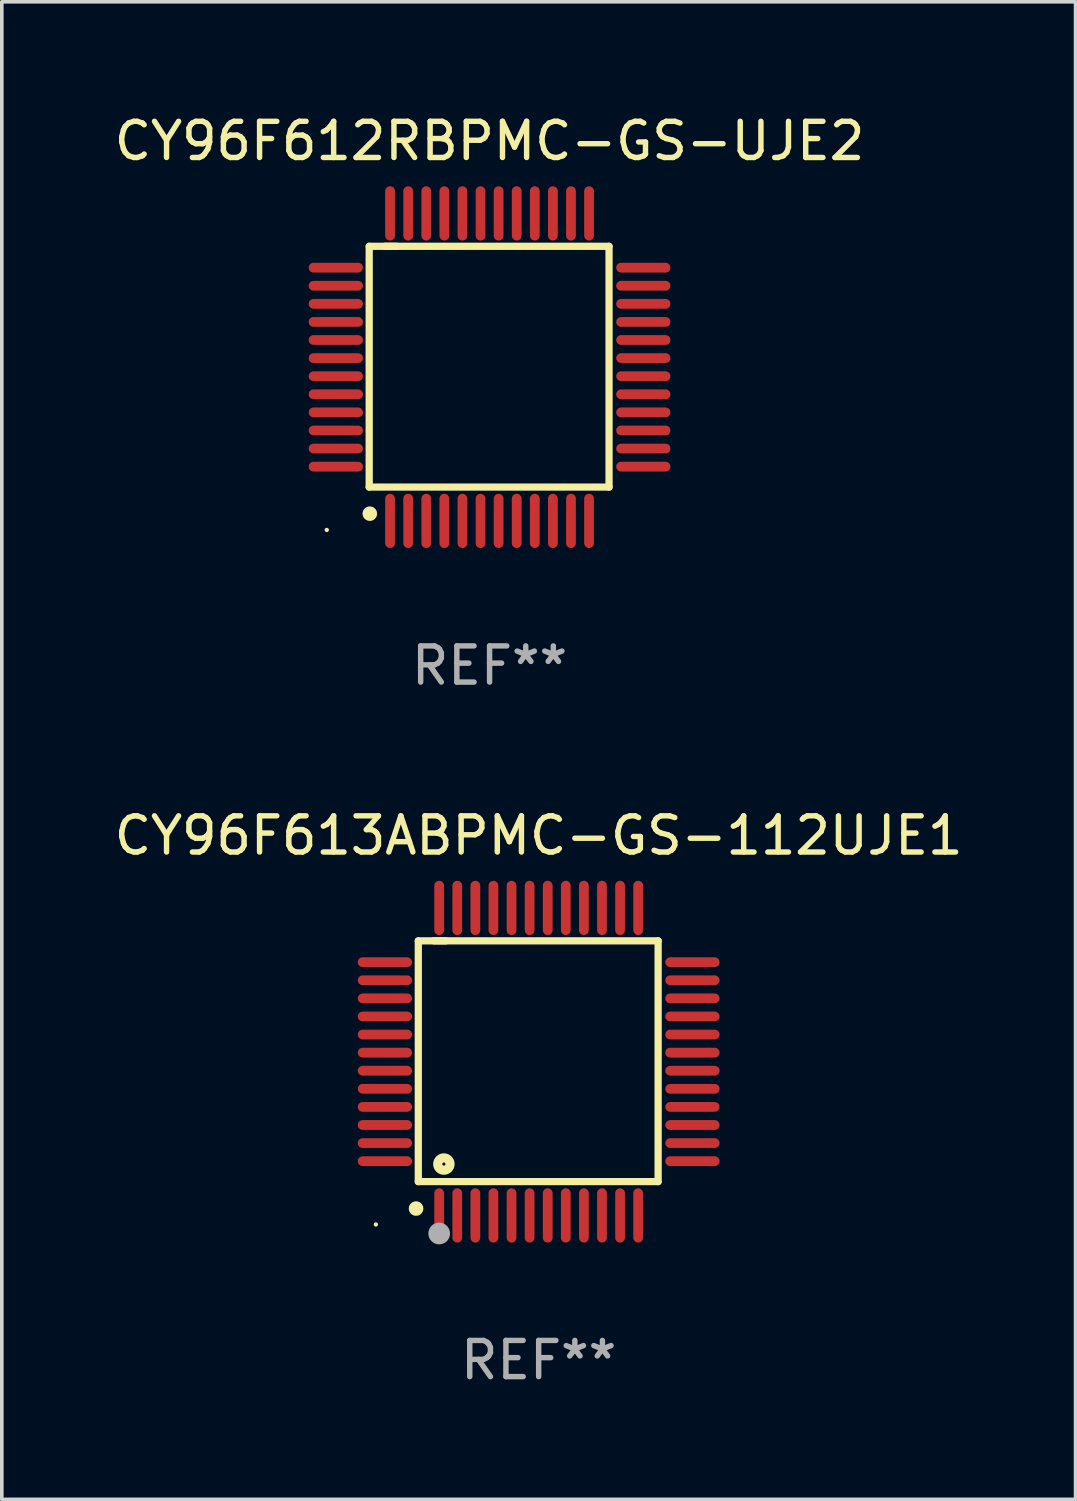
<source format=kicad_pcb>
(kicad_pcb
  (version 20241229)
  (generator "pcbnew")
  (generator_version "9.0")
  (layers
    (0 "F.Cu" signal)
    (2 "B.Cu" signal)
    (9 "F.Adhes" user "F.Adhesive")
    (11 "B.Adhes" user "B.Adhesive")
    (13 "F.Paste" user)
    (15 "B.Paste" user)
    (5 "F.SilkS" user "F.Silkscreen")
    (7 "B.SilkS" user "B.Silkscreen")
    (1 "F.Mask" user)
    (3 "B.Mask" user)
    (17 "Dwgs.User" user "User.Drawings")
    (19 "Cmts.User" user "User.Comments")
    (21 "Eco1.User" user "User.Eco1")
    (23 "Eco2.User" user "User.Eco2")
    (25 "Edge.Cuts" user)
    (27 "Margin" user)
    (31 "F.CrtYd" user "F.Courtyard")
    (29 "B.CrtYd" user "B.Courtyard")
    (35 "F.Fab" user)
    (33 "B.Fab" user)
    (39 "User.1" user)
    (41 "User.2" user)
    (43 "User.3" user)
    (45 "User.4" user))
  (footprint "CY96F613ABPMC-GS-112UJE1"
    (layer "F.Cu")
    (at 11.839 26.295)
    (property "Reference" "CY96F613ABPMC-GS-112UJE1" (at 0 -6.25 0) (layer "F.SilkS") (effects (font (size 1 1) (thickness 0.15))))
    (attr through_hole)
    (fp_line (start -3.327 -3.34) (end -2.565 -3.34) (stroke (width 0.2) (type solid)) (layer "F.SilkS"))
    (fp_line (start -3.327 3.315) (end -3.327 -3.34) (stroke (width 0.2) (type solid)) (layer "F.SilkS"))
    (fp_line (start -2.896 -3.34) (end 3.302 -3.34) (stroke (width 0.2) (type solid)) (layer "F.SilkS"))
    (fp_line (start 3.302 -3.34) (end 3.302 3.315) (stroke (width 0.2) (type solid)) (layer "F.SilkS"))
    (fp_line (start 3.302 3.315) (end -3.327 3.315) (stroke (width 0.2) (type solid)) (layer "F.SilkS"))
    (fp_arc (start -3.389992 4.059995) (mid -3.388722 4.059991) (end -3.387452 4.059995) (stroke (width 0.4) (type solid)) (layer "F.SilkS"))
    (fp_circle (center -4.5 4.5) (end -4.47 4.5) (stroke (width 0.06) (type solid)) (fill no) (layer "F.SilkS"))
    (fp_circle (center -2.62 2.83) (end -2.45 2.83) (stroke (width 0.254) (type solid)) (fill no) (layer "F.SilkS"))
    (fp_circle (center -2.75 4.75) (end -2.6 4.75) (stroke (width 0.3) (type solid)) (fill no) (layer "F.Fab"))
    (fp_text user "REF**" (at 0 8.25 0) (layer "F.Fab") (effects (font (size 1 1) (thickness 0.15))))
    (pad "1" smd oval (at -2.75 4.25) (size 0.27 1.5) (layers "F.Cu" "F.Mask" "F.Paste"))
    (pad "2" smd oval (at -2.25 4.25) (size 0.27 1.5) (layers "F.Cu" "F.Mask" "F.Paste"))
    (pad "3" smd oval (at -1.75 4.25) (size 0.27 1.5) (layers "F.Cu" "F.Mask" "F.Paste"))
    (pad "4" smd oval (at -1.25 4.25) (size 0.27 1.5) (layers "F.Cu" "F.Mask" "F.Paste"))
    (pad "5" smd oval (at -0.75 4.25) (size 0.27 1.5) (layers "F.Cu" "F.Mask" "F.Paste"))
    (pad "6" smd oval (at -0.25 4.25) (size 0.27 1.5) (layers "F.Cu" "F.Mask" "F.Paste"))
    (pad "7" smd oval (at 0.25 4.25) (size 0.27 1.5) (layers "F.Cu" "F.Mask" "F.Paste"))
    (pad "8" smd oval (at 0.75 4.25) (size 0.27 1.5) (layers "F.Cu" "F.Mask" "F.Paste"))
    (pad "9" smd oval (at 1.25 4.25) (size 0.27 1.5) (layers "F.Cu" "F.Mask" "F.Paste"))
    (pad "10" smd oval (at 1.75 4.25) (size 0.27 1.5) (layers "F.Cu" "F.Mask" "F.Paste"))
    (pad "11" smd oval (at 2.25 4.25) (size 0.27 1.5) (layers "F.Cu" "F.Mask" "F.Paste"))
    (pad "12" smd oval (at 2.75 4.25) (size 0.27 1.5) (layers "F.Cu" "F.Mask" "F.Paste"))
    (pad "13" smd oval (at 4.25 2.75) (size 1.5 0.27) (layers "F.Cu" "F.Mask" "F.Paste"))
    (pad "14" smd oval (at 4.25 2.25) (size 1.5 0.27) (layers "F.Cu" "F.Mask" "F.Paste"))
    (pad "15" smd oval (at 4.25 1.75) (size 1.5 0.27) (layers "F.Cu" "F.Mask" "F.Paste"))
    (pad "16" smd oval (at 4.25 1.25) (size 1.5 0.27) (layers "F.Cu" "F.Mask" "F.Paste"))
    (pad "17" smd oval (at 4.25 0.75) (size 1.5 0.27) (layers "F.Cu" "F.Mask" "F.Paste"))
    (pad "18" smd oval (at 4.25 0.25) (size 1.5 0.27) (layers "F.Cu" "F.Mask" "F.Paste"))
    (pad "19" smd oval (at 4.25 -0.25) (size 1.5 0.27) (layers "F.Cu" "F.Mask" "F.Paste"))
    (pad "20" smd oval (at 4.25 -0.75) (size 1.5 0.27) (layers "F.Cu" "F.Mask" "F.Paste"))
    (pad "21" smd oval (at 4.25 -1.25) (size 1.5 0.27) (layers "F.Cu" "F.Mask" "F.Paste"))
    (pad "22" smd oval (at 4.25 -1.75) (size 1.5 0.27) (layers "F.Cu" "F.Mask" "F.Paste"))
    (pad "23" smd oval (at 4.25 -2.25) (size 1.5 0.27) (layers "F.Cu" "F.Mask" "F.Paste"))
    (pad "24" smd oval (at 4.25 -2.75) (size 1.5 0.27) (layers "F.Cu" "F.Mask" "F.Paste"))
    (pad "25" smd oval (at 2.75 -4.25) (size 0.27 1.5) (layers "F.Cu" "F.Mask" "F.Paste"))
    (pad "26" smd oval (at 2.25 -4.25) (size 0.27 1.5) (layers "F.Cu" "F.Mask" "F.Paste"))
    (pad "27" smd oval (at 1.75 -4.25) (size 0.27 1.5) (layers "F.Cu" "F.Mask" "F.Paste"))
    (pad "28" smd oval (at 1.25 -4.25) (size 0.27 1.5) (layers "F.Cu" "F.Mask" "F.Paste"))
    (pad "29" smd oval (at 0.75 -4.25) (size 0.27 1.5) (layers "F.Cu" "F.Mask" "F.Paste"))
    (pad "30" smd oval (at 0.25 -4.25) (size 0.27 1.5) (layers "F.Cu" "F.Mask" "F.Paste"))
    (pad "31" smd oval (at -0.25 -4.25) (size 0.27 1.5) (layers "F.Cu" "F.Mask" "F.Paste"))
    (pad "32" smd oval (at -0.75 -4.25) (size 0.27 1.5) (layers "F.Cu" "F.Mask" "F.Paste"))
    (pad "33" smd oval (at -1.25 -4.25) (size 0.27 1.5) (layers "F.Cu" "F.Mask" "F.Paste"))
    (pad "34" smd oval (at -1.75 -4.25) (size 0.27 1.5) (layers "F.Cu" "F.Mask" "F.Paste"))
    (pad "35" smd oval (at -2.25 -4.25) (size 0.27 1.5) (layers "F.Cu" "F.Mask" "F.Paste"))
    (pad "36" smd oval (at -2.75 -4.25) (size 0.27 1.5) (layers "F.Cu" "F.Mask" "F.Paste"))
    (pad "37" smd oval (at -4.25 -2.75) (size 1.5 0.27) (layers "F.Cu" "F.Mask" "F.Paste"))
    (pad "38" smd oval (at -4.25 -2.25) (size 1.5 0.27) (layers "F.Cu" "F.Mask" "F.Paste"))
    (pad "39" smd oval (at -4.25 -1.75) (size 1.5 0.27) (layers "F.Cu" "F.Mask" "F.Paste"))
    (pad "40" smd oval (at -4.25 -1.25) (size 1.5 0.27) (layers "F.Cu" "F.Mask" "F.Paste"))
    (pad "41" smd oval (at -4.25 -0.75) (size 1.5 0.27) (layers "F.Cu" "F.Mask" "F.Paste"))
    (pad "42" smd oval (at -4.25 -0.25) (size 1.5 0.27) (layers "F.Cu" "F.Mask" "F.Paste"))
    (pad "43" smd oval (at -4.25 0.25) (size 1.5 0.27) (layers "F.Cu" "F.Mask" "F.Paste"))
    (pad "44" smd oval (at -4.25 0.75) (size 1.5 0.27) (layers "F.Cu" "F.Mask" "F.Paste"))
    (pad "45" smd oval (at -4.25 1.25) (size 1.5 0.27) (layers "F.Cu" "F.Mask" "F.Paste"))
    (pad "46" smd oval (at -4.25 1.75) (size 1.5 0.27) (layers "F.Cu" "F.Mask" "F.Paste"))
    (pad "47" smd oval (at -4.25 2.25) (size 1.5 0.27) (layers "F.Cu" "F.Mask" "F.Paste"))
    (pad "48" smd oval (at -4.25 2.75) (size 1.5 0.27) (layers "F.Cu" "F.Mask" "F.Paste")))
  (footprint "CY96F612RBPMC-GS-UJE2"
    (layer "F.Cu")
    (at 10.482 7.098)
    (property "Reference" "CY96F612RBPMC-GS-UJE2" (at 0 -6.25 0) (layer "F.SilkS") (effects (font (size 1 1) (thickness 0.15))))
    (attr through_hole)
    (fp_line (start -3.327 -3.34) (end -2.565 -3.34) (stroke (width 0.2) (type solid)) (layer "F.SilkS"))
    (fp_line (start -3.327 3.315) (end -3.327 -3.34) (stroke (width 0.2) (type solid)) (layer "F.SilkS"))
    (fp_line (start -2.896 -3.34) (end 3.302 -3.34) (stroke (width 0.2) (type solid)) (layer "F.SilkS"))
    (fp_line (start 3.302 -3.34) (end 3.302 3.315) (stroke (width 0.2) (type solid)) (layer "F.SilkS"))
    (fp_line (start 3.302 3.315) (end -3.327 3.315) (stroke (width 0.2) (type solid)) (layer "F.SilkS"))
    (fp_arc (start -3.311278 4.050013) (mid -3.310008 4.050009) (end -3.308738 4.050013) (stroke (width 0.4) (type solid)) (layer "F.SilkS"))
    (fp_circle (center -4.5 4.5) (end -4.47 4.5) (stroke (width 0.06) (type solid)) (fill no) (layer "F.SilkS"))
    (fp_text user "REF**" (at 0 8.25 0) (layer "F.Fab") (effects (font (size 1 1) (thickness 0.15))))
    (pad "1" smd oval (at -2.75 4.25) (size 0.27 1.5) (layers "F.Cu" "F.Mask" "F.Paste"))
    (pad "2" smd oval (at -2.25 4.25) (size 0.27 1.5) (layers "F.Cu" "F.Mask" "F.Paste"))
    (pad "3" smd oval (at -1.75 4.25) (size 0.27 1.5) (layers "F.Cu" "F.Mask" "F.Paste"))
    (pad "4" smd oval (at -1.25 4.25) (size 0.27 1.5) (layers "F.Cu" "F.Mask" "F.Paste"))
    (pad "5" smd oval (at -0.75 4.25) (size 0.27 1.5) (layers "F.Cu" "F.Mask" "F.Paste"))
    (pad "6" smd oval (at -0.25 4.25) (size 0.27 1.5) (layers "F.Cu" "F.Mask" "F.Paste"))
    (pad "7" smd oval (at 0.25 4.25) (size 0.27 1.5) (layers "F.Cu" "F.Mask" "F.Paste"))
    (pad "8" smd oval (at 0.75 4.25) (size 0.27 1.5) (layers "F.Cu" "F.Mask" "F.Paste"))
    (pad "9" smd oval (at 1.25 4.25) (size 0.27 1.5) (layers "F.Cu" "F.Mask" "F.Paste"))
    (pad "10" smd oval (at 1.75 4.25) (size 0.27 1.5) (layers "F.Cu" "F.Mask" "F.Paste"))
    (pad "11" smd oval (at 2.25 4.25) (size 0.27 1.5) (layers "F.Cu" "F.Mask" "F.Paste"))
    (pad "12" smd oval (at 2.75 4.25) (size 0.27 1.5) (layers "F.Cu" "F.Mask" "F.Paste"))
    (pad "13" smd oval (at 4.25 2.75) (size 1.5 0.27) (layers "F.Cu" "F.Mask" "F.Paste"))
    (pad "14" smd oval (at 4.25 2.25) (size 1.5 0.27) (layers "F.Cu" "F.Mask" "F.Paste"))
    (pad "15" smd oval (at 4.25 1.75) (size 1.5 0.27) (layers "F.Cu" "F.Mask" "F.Paste"))
    (pad "16" smd oval (at 4.25 1.25) (size 1.5 0.27) (layers "F.Cu" "F.Mask" "F.Paste"))
    (pad "17" smd oval (at 4.25 0.75) (size 1.5 0.27) (layers "F.Cu" "F.Mask" "F.Paste"))
    (pad "18" smd oval (at 4.25 0.25) (size 1.5 0.27) (layers "F.Cu" "F.Mask" "F.Paste"))
    (pad "19" smd oval (at 4.25 -0.25) (size 1.5 0.27) (layers "F.Cu" "F.Mask" "F.Paste"))
    (pad "20" smd oval (at 4.25 -0.75) (size 1.5 0.27) (layers "F.Cu" "F.Mask" "F.Paste"))
    (pad "21" smd oval (at 4.25 -1.25) (size 1.5 0.27) (layers "F.Cu" "F.Mask" "F.Paste"))
    (pad "22" smd oval (at 4.25 -1.75) (size 1.5 0.27) (layers "F.Cu" "F.Mask" "F.Paste"))
    (pad "23" smd oval (at 4.25 -2.25) (size 1.5 0.27) (layers "F.Cu" "F.Mask" "F.Paste"))
    (pad "24" smd oval (at 4.25 -2.75) (size 1.5 0.27) (layers "F.Cu" "F.Mask" "F.Paste"))
    (pad "25" smd oval (at 2.75 -4.25) (size 0.27 1.5) (layers "F.Cu" "F.Mask" "F.Paste"))
    (pad "26" smd oval (at 2.25 -4.25) (size 0.27 1.5) (layers "F.Cu" "F.Mask" "F.Paste"))
    (pad "27" smd oval (at 1.75 -4.25) (size 0.27 1.5) (layers "F.Cu" "F.Mask" "F.Paste"))
    (pad "28" smd oval (at 1.25 -4.25) (size 0.27 1.5) (layers "F.Cu" "F.Mask" "F.Paste"))
    (pad "29" smd oval (at 0.75 -4.25) (size 0.27 1.5) (layers "F.Cu" "F.Mask" "F.Paste"))
    (pad "30" smd oval (at 0.25 -4.25) (size 0.27 1.5) (layers "F.Cu" "F.Mask" "F.Paste"))
    (pad "31" smd oval (at -0.25 -4.25) (size 0.27 1.5) (layers "F.Cu" "F.Mask" "F.Paste"))
    (pad "32" smd oval (at -0.75 -4.25) (size 0.27 1.5) (layers "F.Cu" "F.Mask" "F.Paste"))
    (pad "33" smd oval (at -1.25 -4.25) (size 0.27 1.5) (layers "F.Cu" "F.Mask" "F.Paste"))
    (pad "34" smd oval (at -1.75 -4.25) (size 0.27 1.5) (layers "F.Cu" "F.Mask" "F.Paste"))
    (pad "35" smd oval (at -2.25 -4.25) (size 0.27 1.5) (layers "F.Cu" "F.Mask" "F.Paste"))
    (pad "36" smd oval (at -2.75 -4.25) (size 0.27 1.5) (layers "F.Cu" "F.Mask" "F.Paste"))
    (pad "37" smd oval (at -4.25 -2.75) (size 1.5 0.27) (layers "F.Cu" "F.Mask" "F.Paste"))
    (pad "38" smd oval (at -4.25 -2.25) (size 1.5 0.27) (layers "F.Cu" "F.Mask" "F.Paste"))
    (pad "39" smd oval (at -4.25 -1.75) (size 1.5 0.27) (layers "F.Cu" "F.Mask" "F.Paste"))
    (pad "40" smd oval (at -4.25 -1.25) (size 1.5 0.27) (layers "F.Cu" "F.Mask" "F.Paste"))
    (pad "41" smd oval (at -4.25 -0.75) (size 1.5 0.27) (layers "F.Cu" "F.Mask" "F.Paste"))
    (pad "42" smd oval (at -4.25 -0.25) (size 1.5 0.27) (layers "F.Cu" "F.Mask" "F.Paste"))
    (pad "43" smd oval (at -4.25 0.25) (size 1.5 0.27) (layers "F.Cu" "F.Mask" "F.Paste"))
    (pad "44" smd oval (at -4.25 0.75) (size 1.5 0.27) (layers "F.Cu" "F.Mask" "F.Paste"))
    (pad "45" smd oval (at -4.25 1.25) (size 1.5 0.27) (layers "F.Cu" "F.Mask" "F.Paste"))
    (pad "46" smd oval (at -4.25 1.75) (size 1.5 0.27) (layers "F.Cu" "F.Mask" "F.Paste"))
    (pad "47" smd oval (at -4.25 2.25) (size 1.5 0.27) (layers "F.Cu" "F.Mask" "F.Paste"))
    (pad "48" smd oval (at -4.25 2.75) (size 1.5 0.27) (layers "F.Cu" "F.Mask" "F.Paste")))
  (gr_rect
    (start -3 -3)
    (end 26.679 38.393)
    (stroke (width 0.1) (type default))
    (fill no)
    (layer "Edge.Cuts")))
</source>
